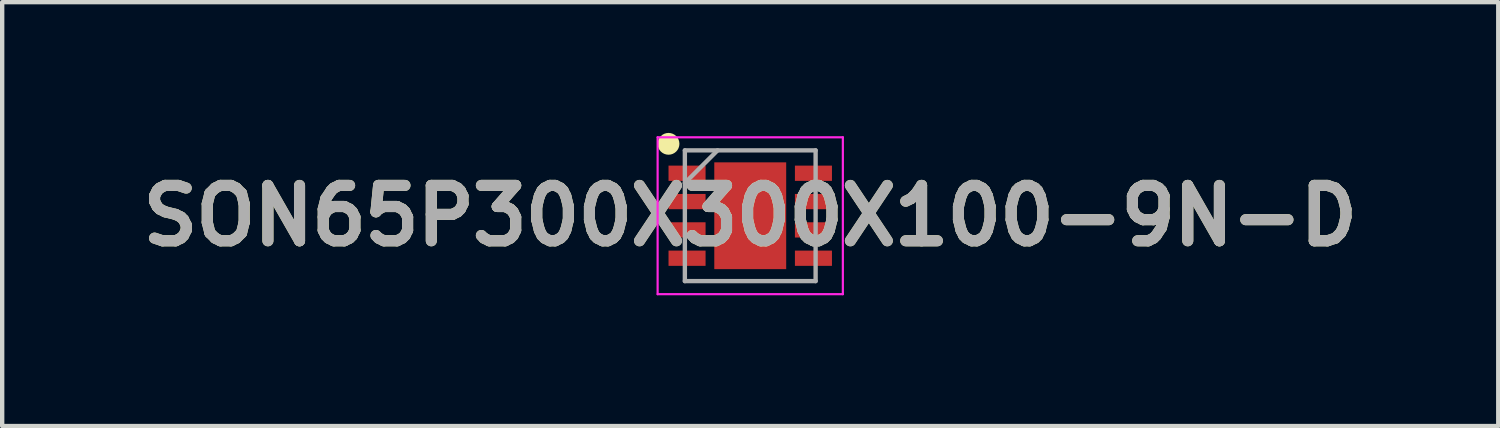
<source format=kicad_pcb>
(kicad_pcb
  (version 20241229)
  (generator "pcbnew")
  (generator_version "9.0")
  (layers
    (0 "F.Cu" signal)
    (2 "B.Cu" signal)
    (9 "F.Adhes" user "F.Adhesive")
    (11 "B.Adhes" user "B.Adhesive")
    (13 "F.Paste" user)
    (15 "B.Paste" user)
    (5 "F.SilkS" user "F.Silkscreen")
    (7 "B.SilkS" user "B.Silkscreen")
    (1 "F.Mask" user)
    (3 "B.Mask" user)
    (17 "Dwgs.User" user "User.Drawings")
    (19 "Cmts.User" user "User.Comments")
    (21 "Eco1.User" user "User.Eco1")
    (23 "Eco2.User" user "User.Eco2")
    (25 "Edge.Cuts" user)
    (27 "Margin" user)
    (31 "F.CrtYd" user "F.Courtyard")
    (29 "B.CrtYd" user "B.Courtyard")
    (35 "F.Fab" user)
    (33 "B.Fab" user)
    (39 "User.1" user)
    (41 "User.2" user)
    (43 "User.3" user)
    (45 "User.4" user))
  (footprint "SON65P300X300X100-9N-D"
    (layer "F.Cu")
    (at 14.164 1.9)
    (property "Reference" "SON65P300X300X100-9N-D" (at 0 0 0) (layer "F.SilkS") (effects (font (size 1.27 1.27) (thickness 0.254))))
    (attr smd)
    (fp_circle (center -1.875 -1.65) (end -1.875 -1.525) (stroke (width 0.25) (type solid)) (fill no) (layer "F.SilkS"))
    (fp_line (start -2.125 -1.8) (end 2.125 -1.8) (stroke (width 0.05) (type solid)) (layer "F.CrtYd"))
    (fp_line (start -2.125 1.8) (end -2.125 -1.8) (stroke (width 0.05) (type solid)) (layer "F.CrtYd"))
    (fp_line (start 2.125 -1.8) (end 2.125 1.8) (stroke (width 0.05) (type solid)) (layer "F.CrtYd"))
    (fp_line (start 2.125 1.8) (end -2.125 1.8) (stroke (width 0.05) (type solid)) (layer "F.CrtYd"))
    (fp_line (start -1.5 -1.5) (end 1.5 -1.5) (stroke (width 0.1) (type solid)) (layer "F.Fab"))
    (fp_line (start -1.5 -0.75) (end -0.75 -1.5) (stroke (width 0.1) (type solid)) (layer "F.Fab"))
    (fp_line (start -1.5 1.5) (end -1.5 -1.5) (stroke (width 0.1) (type solid)) (layer "F.Fab"))
    (fp_line (start 1.5 -1.5) (end 1.5 1.5) (stroke (width 0.1) (type solid)) (layer "F.Fab"))
    (fp_line (start 1.5 1.5) (end -1.5 1.5) (stroke (width 0.1) (type solid)) (layer "F.Fab"))
    (fp_text user "${REFERENCE}" (at 0 0 0) (layer "F.Fab") (effects (font (size 1.27 1.27) (thickness 0.254))))
    (pad "1" smd rect (at -1.45 -0.975 90) (size 0.35 0.85) (layers "F.Cu" "F.Mask" "F.Paste"))
    (pad "2" smd rect (at -1.45 -0.325 90) (size 0.35 0.85) (layers "F.Cu" "F.Mask" "F.Paste"))
    (pad "3" smd rect (at -1.45 0.325 90) (size 0.35 0.85) (layers "F.Cu" "F.Mask" "F.Paste"))
    (pad "4" smd rect (at -1.45 0.975 90) (size 0.35 0.85) (layers "F.Cu" "F.Mask" "F.Paste"))
    (pad "5" smd rect (at 1.45 0.975 90) (size 0.35 0.85) (layers "F.Cu" "F.Mask" "F.Paste"))
    (pad "6" smd rect (at 1.45 0.325 90) (size 0.35 0.85) (layers "F.Cu" "F.Mask" "F.Paste"))
    (pad "7" smd rect (at 1.45 -0.325 90) (size 0.35 0.85) (layers "F.Cu" "F.Mask" "F.Paste"))
    (pad "8" smd rect (at 1.45 -0.975 90) (size 0.35 0.85) (layers "F.Cu" "F.Mask" "F.Paste"))
    (pad "9" smd rect (at 0 0) (size 1.65 2.45) (layers "F.Cu" "F.Mask" "F.Paste")))
  (gr_rect
    (start -3 -3)
    (end 31.327 6.725)
    (stroke (width 0.1) (type default))
    (fill no)
    (layer "Edge.Cuts")))
</source>
